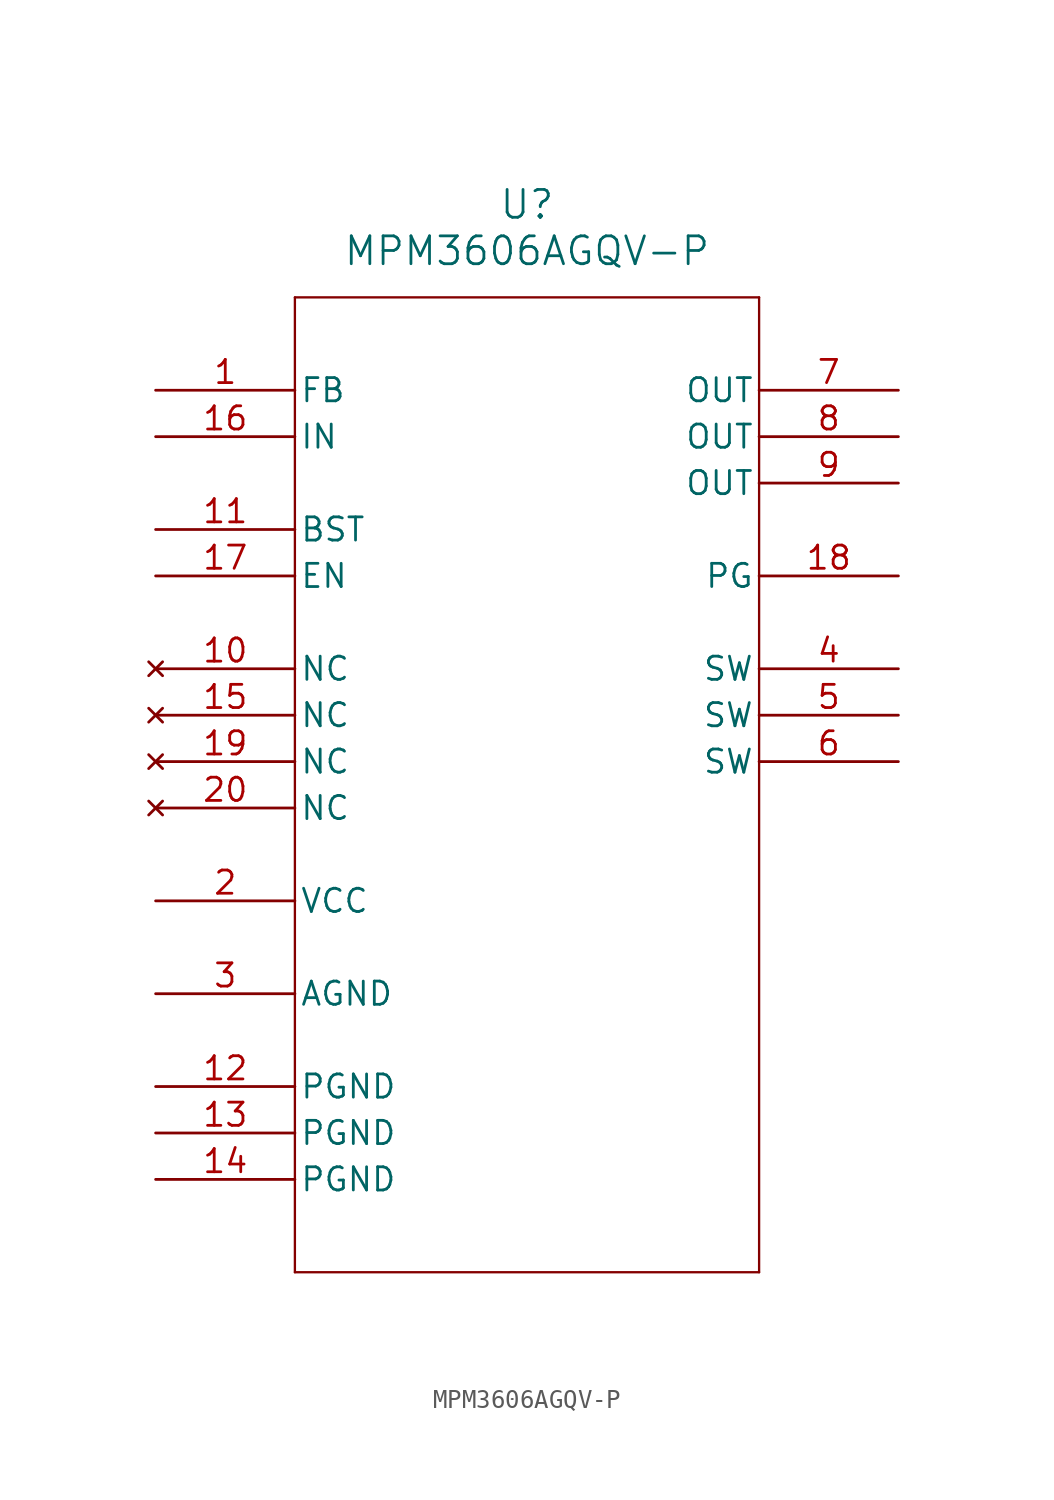
<source format=kicad_sym>
(kicad_symbol_lib
  (version 20211014)
  (generator kicad_symbol_editor)
  (symbol "MPM3606AGQV-P"
    (pin_names
      (offset 0.254))
    (property "Reference" "U"
      (at 20.32 10.16 0)
      (effects (font (size 1.524 1.524))))
    (property "Value" "MPM3606AGQV-P"
      (at 20.32 7.62 0)
      (effects (font (size 1.524 1.524))))
    (symbol "MPM3606AGQV-P_0_1"
      (polyline (pts (xy 7.62 5.08) (xy 7.62 -48.26)) (stroke (width 0.127) (type default) (color 0 0 0 0)) (fill (type none)))
      (polyline (pts (xy 7.62 -48.26) (xy 33.02 -48.26)) (stroke (width 0.127) (type default) (color 0 0 0 0)) (fill (type none)))
      (polyline (pts (xy 33.02 -48.26) (xy 33.02 5.08)) (stroke (width 0.127) (type default) (color 0 0 0 0)) (fill (type none)))
      (polyline (pts (xy 33.02 5.08) (xy 7.62 5.08)) (stroke (width 0.127) (type default) (color 0 0 0 0)) (fill (type none)))
      (pin input line (at 0 0 0) (length 7.62) (name "FB" (effects (font (size 1.27 1.27)))) (number "1" (effects (font (size 1.27 1.27)))))
      (pin power_in line (at 0 -27.94 0) (length 7.62) (name "VCC" (effects (font (size 1.27 1.27)))) (number "2" (effects (font (size 1.27 1.27)))))
      (pin power_out line (at 0 -33.02 0) (length 7.62) (name "AGND" (effects (font (size 1.27 1.27)))) (number "3" (effects (font (size 1.27 1.27)))))
      (pin output line (at 40.64 -15.24 180) (length 7.62) (name "SW" (effects (font (size 1.27 1.27)))) (number "4" (effects (font (size 1.27 1.27)))))
      (pin output line (at 40.64 -17.78 180) (length 7.62) (name "SW" (effects (font (size 1.27 1.27)))) (number "5" (effects (font (size 1.27 1.27)))))
      (pin output line (at 40.64 -20.32 180) (length 7.62) (name "SW" (effects (font (size 1.27 1.27)))) (number "6" (effects (font (size 1.27 1.27)))))
      (pin output line (at 40.64 0 180) (length 7.62) (name "OUT" (effects (font (size 1.27 1.27)))) (number "7" (effects (font (size 1.27 1.27)))))
      (pin output line (at 40.64 -2.54 180) (length 7.62) (name "OUT" (effects (font (size 1.27 1.27)))) (number "8" (effects (font (size 1.27 1.27)))))
      (pin output line (at 40.64 -5.08 180) (length 7.62) (name "OUT" (effects (font (size 1.27 1.27)))) (number "9" (effects (font (size 1.27 1.27)))))
      (pin no_connect line (at 0 -15.24 0) (length 7.62) (name "NC" (effects (font (size 1.27 1.27)))) (number "10" (effects (font (size 1.27 1.27)))))
      (pin unspecified line (at 0 -7.62 0) (length 7.62) (name "BST" (effects (font (size 1.27 1.27)))) (number "11" (effects (font (size 1.27 1.27)))))
      (pin power_out line (at 0 -38.1 0) (length 7.62) (name "PGND" (effects (font (size 1.27 1.27)))) (number "12" (effects (font (size 1.27 1.27)))))
      (pin power_out line (at 0 -40.64 0) (length 7.62) (name "PGND" (effects (font (size 1.27 1.27)))) (number "13" (effects (font (size 1.27 1.27)))))
      (pin power_out line (at 0 -43.18 0) (length 7.62) (name "PGND" (effects (font (size 1.27 1.27)))) (number "14" (effects (font (size 1.27 1.27)))))
      (pin no_connect line (at 0 -17.78 0) (length 7.62) (name "NC" (effects (font (size 1.27 1.27)))) (number "15" (effects (font (size 1.27 1.27)))))
      (pin power_in line (at 0 -2.54 0) (length 7.62) (name "IN" (effects (font (size 1.27 1.27)))) (number "16" (effects (font (size 1.27 1.27)))))
      (pin unspecified line (at 0 -10.16 0) (length 7.62) (name "EN" (effects (font (size 1.27 1.27)))) (number "17" (effects (font (size 1.27 1.27)))))
      (pin output line (at 40.64 -10.16 180) (length 7.62) (name "PG" (effects (font (size 1.27 1.27)))) (number "18" (effects (font (size 1.27 1.27)))))
      (pin no_connect line (at 0 -20.32 0) (length 7.62) (name "NC" (effects (font (size 1.27 1.27)))) (number "19" (effects (font (size 1.27 1.27)))))
      (pin no_connect line (at 0 -22.86 0) (length 7.62) (name "NC" (effects (font (size 1.27 1.27)))) (number "20" (effects (font (size 1.27 1.27))))))))
</source>
